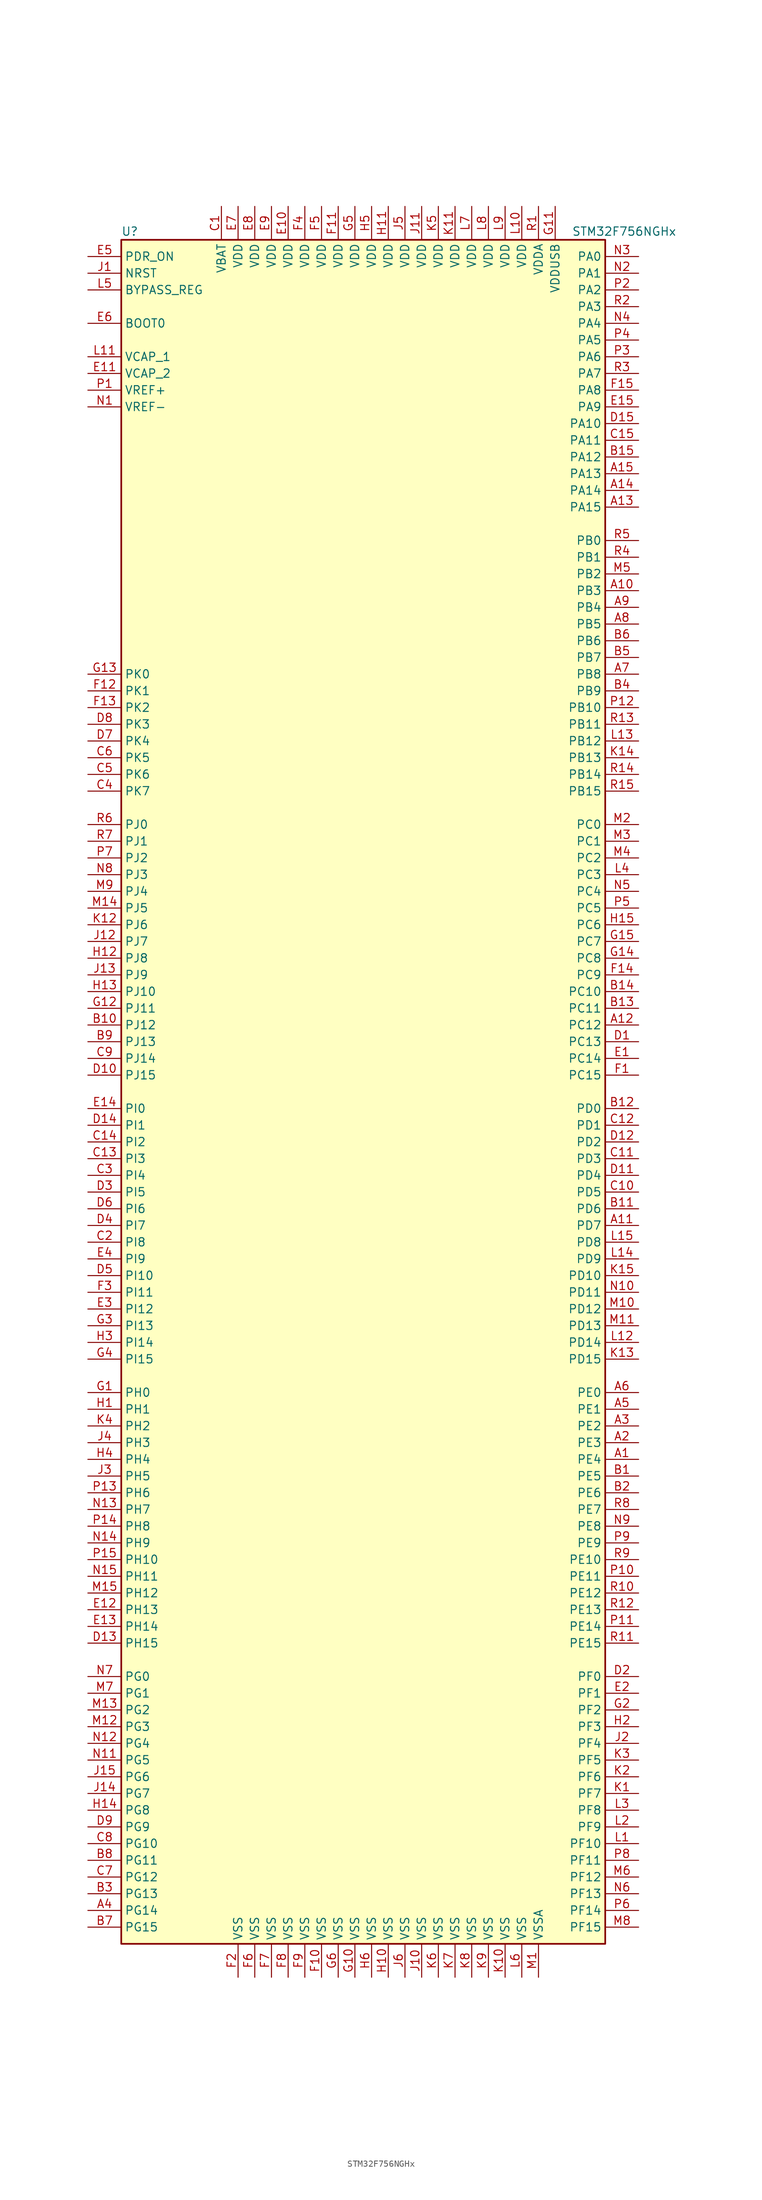
<source format=kicad_sym>
(kicad_symbol_lib
  (version 20211014)
  (generator kicad_symbol_editor)
  (symbol "STM32F756NGHx"
    (property "Reference" "U"
      (at -38.1 130.81 0)
      (effects (font (size 1.27 1.27)) (justify left)))
    (property "Value" "STM32F756NGHx"
      (at 30.48 130.81 0)
      (effects (font (size 1.27 1.27)) (justify left)))
    (symbol "STM32F756NGHx_0_1"
      (rectangle (start -38.1 -129.54) (end 35.56 129.54) (stroke (width 0.254) (type default) (color 0 0 0 0)) (fill (type background))))
    (symbol "STM32F756NGHx_1_1"
      (pin bidirectional line (at 40.64 -55.88 180) (length 5.08) (name "PE4" (effects (font (size 1.27 1.27)))) (number "A1" (effects (font (size 1.27 1.27)))))
      (pin bidirectional line (at 40.64 76.2 180) (length 5.08) (name "PB3" (effects (font (size 1.27 1.27)))) (number "A10" (effects (font (size 1.27 1.27)))))
      (pin bidirectional line (at 40.64 -20.32 180) (length 5.08) (name "PD7" (effects (font (size 1.27 1.27)))) (number "A11" (effects (font (size 1.27 1.27)))))
      (pin bidirectional line (at 40.64 10.16 180) (length 5.08) (name "PC12" (effects (font (size 1.27 1.27)))) (number "A12" (effects (font (size 1.27 1.27)))))
      (pin bidirectional line (at 40.64 88.9 180) (length 5.08) (name "PA15" (effects (font (size 1.27 1.27)))) (number "A13" (effects (font (size 1.27 1.27)))))
      (pin bidirectional line (at 40.64 91.44 180) (length 5.08) (name "PA14" (effects (font (size 1.27 1.27)))) (number "A14" (effects (font (size 1.27 1.27)))))
      (pin bidirectional line (at 40.64 93.98 180) (length 5.08) (name "PA13" (effects (font (size 1.27 1.27)))) (number "A15" (effects (font (size 1.27 1.27)))))
      (pin bidirectional line (at 40.64 -53.34 180) (length 5.08) (name "PE3" (effects (font (size 1.27 1.27)))) (number "A2" (effects (font (size 1.27 1.27)))))
      (pin bidirectional line (at 40.64 -50.8 180) (length 5.08) (name "PE2" (effects (font (size 1.27 1.27)))) (number "A3" (effects (font (size 1.27 1.27)))))
      (pin bidirectional line (at -43.18 -124.46 0) (length 5.08) (name "PG14" (effects (font (size 1.27 1.27)))) (number "A4" (effects (font (size 1.27 1.27)))))
      (pin bidirectional line (at 40.64 -48.26 180) (length 5.08) (name "PE1" (effects (font (size 1.27 1.27)))) (number "A5" (effects (font (size 1.27 1.27)))))
      (pin bidirectional line (at 40.64 -45.72 180) (length 5.08) (name "PE0" (effects (font (size 1.27 1.27)))) (number "A6" (effects (font (size 1.27 1.27)))))
      (pin bidirectional line (at 40.64 63.5 180) (length 5.08) (name "PB8" (effects (font (size 1.27 1.27)))) (number "A7" (effects (font (size 1.27 1.27)))))
      (pin bidirectional line (at 40.64 71.12 180) (length 5.08) (name "PB5" (effects (font (size 1.27 1.27)))) (number "A8" (effects (font (size 1.27 1.27)))))
      (pin bidirectional line (at 40.64 73.66 180) (length 5.08) (name "PB4" (effects (font (size 1.27 1.27)))) (number "A9" (effects (font (size 1.27 1.27)))))
      (pin bidirectional line (at 40.64 -58.42 180) (length 5.08) (name "PE5" (effects (font (size 1.27 1.27)))) (number "B1" (effects (font (size 1.27 1.27)))))
      (pin bidirectional line (at -43.18 10.16 0) (length 5.08) (name "PJ12" (effects (font (size 1.27 1.27)))) (number "B10" (effects (font (size 1.27 1.27)))))
      (pin bidirectional line (at 40.64 -17.78 180) (length 5.08) (name "PD6" (effects (font (size 1.27 1.27)))) (number "B11" (effects (font (size 1.27 1.27)))))
      (pin bidirectional line (at 40.64 -2.54 180) (length 5.08) (name "PD0" (effects (font (size 1.27 1.27)))) (number "B12" (effects (font (size 1.27 1.27)))))
      (pin bidirectional line (at 40.64 12.7 180) (length 5.08) (name "PC11" (effects (font (size 1.27 1.27)))) (number "B13" (effects (font (size 1.27 1.27)))))
      (pin bidirectional line (at 40.64 15.24 180) (length 5.08) (name "PC10" (effects (font (size 1.27 1.27)))) (number "B14" (effects (font (size 1.27 1.27)))))
      (pin bidirectional line (at 40.64 96.52 180) (length 5.08) (name "PA12" (effects (font (size 1.27 1.27)))) (number "B15" (effects (font (size 1.27 1.27)))))
      (pin bidirectional line (at 40.64 -60.96 180) (length 5.08) (name "PE6" (effects (font (size 1.27 1.27)))) (number "B2" (effects (font (size 1.27 1.27)))))
      (pin bidirectional line (at -43.18 -121.92 0) (length 5.08) (name "PG13" (effects (font (size 1.27 1.27)))) (number "B3" (effects (font (size 1.27 1.27)))))
      (pin bidirectional line (at 40.64 60.96 180) (length 5.08) (name "PB9" (effects (font (size 1.27 1.27)))) (number "B4" (effects (font (size 1.27 1.27)))))
      (pin bidirectional line (at 40.64 66.04 180) (length 5.08) (name "PB7" (effects (font (size 1.27 1.27)))) (number "B5" (effects (font (size 1.27 1.27)))))
      (pin bidirectional line (at 40.64 68.58 180) (length 5.08) (name "PB6" (effects (font (size 1.27 1.27)))) (number "B6" (effects (font (size 1.27 1.27)))))
      (pin bidirectional line (at -43.18 -127 0) (length 5.08) (name "PG15" (effects (font (size 1.27 1.27)))) (number "B7" (effects (font (size 1.27 1.27)))))
      (pin bidirectional line (at -43.18 -116.84 0) (length 5.08) (name "PG11" (effects (font (size 1.27 1.27)))) (number "B8" (effects (font (size 1.27 1.27)))))
      (pin bidirectional line (at -43.18 7.62 0) (length 5.08) (name "PJ13" (effects (font (size 1.27 1.27)))) (number "B9" (effects (font (size 1.27 1.27)))))
      (pin power_in line (at -22.86 134.62 270) (length 5.08) (name "VBAT" (effects (font (size 1.27 1.27)))) (number "C1" (effects (font (size 1.27 1.27)))))
      (pin bidirectional line (at 40.64 -15.24 180) (length 5.08) (name "PD5" (effects (font (size 1.27 1.27)))) (number "C10" (effects (font (size 1.27 1.27)))))
      (pin bidirectional line (at 40.64 -10.16 180) (length 5.08) (name "PD3" (effects (font (size 1.27 1.27)))) (number "C11" (effects (font (size 1.27 1.27)))))
      (pin bidirectional line (at 40.64 -5.08 180) (length 5.08) (name "PD1" (effects (font (size 1.27 1.27)))) (number "C12" (effects (font (size 1.27 1.27)))))
      (pin bidirectional line (at -43.18 -10.16 0) (length 5.08) (name "PI3" (effects (font (size 1.27 1.27)))) (number "C13" (effects (font (size 1.27 1.27)))))
      (pin bidirectional line (at -43.18 -7.62 0) (length 5.08) (name "PI2" (effects (font (size 1.27 1.27)))) (number "C14" (effects (font (size 1.27 1.27)))))
      (pin bidirectional line (at 40.64 99.06 180) (length 5.08) (name "PA11" (effects (font (size 1.27 1.27)))) (number "C15" (effects (font (size 1.27 1.27)))))
      (pin bidirectional line (at -43.18 -22.86 0) (length 5.08) (name "PI8" (effects (font (size 1.27 1.27)))) (number "C2" (effects (font (size 1.27 1.27)))))
      (pin bidirectional line (at -43.18 -12.7 0) (length 5.08) (name "PI4" (effects (font (size 1.27 1.27)))) (number "C3" (effects (font (size 1.27 1.27)))))
      (pin bidirectional line (at -43.18 45.72 0) (length 5.08) (name "PK7" (effects (font (size 1.27 1.27)))) (number "C4" (effects (font (size 1.27 1.27)))))
      (pin bidirectional line (at -43.18 48.26 0) (length 5.08) (name "PK6" (effects (font (size 1.27 1.27)))) (number "C5" (effects (font (size 1.27 1.27)))))
      (pin bidirectional line (at -43.18 50.8 0) (length 5.08) (name "PK5" (effects (font (size 1.27 1.27)))) (number "C6" (effects (font (size 1.27 1.27)))))
      (pin bidirectional line (at -43.18 -119.38 0) (length 5.08) (name "PG12" (effects (font (size 1.27 1.27)))) (number "C7" (effects (font (size 1.27 1.27)))))
      (pin bidirectional line (at -43.18 -114.3 0) (length 5.08) (name "PG10" (effects (font (size 1.27 1.27)))) (number "C8" (effects (font (size 1.27 1.27)))))
      (pin bidirectional line (at -43.18 5.08 0) (length 5.08) (name "PJ14" (effects (font (size 1.27 1.27)))) (number "C9" (effects (font (size 1.27 1.27)))))
      (pin bidirectional line (at 40.64 7.62 180) (length 5.08) (name "PC13" (effects (font (size 1.27 1.27)))) (number "D1" (effects (font (size 1.27 1.27)))))
      (pin bidirectional line (at -43.18 2.54 0) (length 5.08) (name "PJ15" (effects (font (size 1.27 1.27)))) (number "D10" (effects (font (size 1.27 1.27)))))
      (pin bidirectional line (at 40.64 -12.7 180) (length 5.08) (name "PD4" (effects (font (size 1.27 1.27)))) (number "D11" (effects (font (size 1.27 1.27)))))
      (pin bidirectional line (at 40.64 -7.62 180) (length 5.08) (name "PD2" (effects (font (size 1.27 1.27)))) (number "D12" (effects (font (size 1.27 1.27)))))
      (pin bidirectional line (at -43.18 -83.82 0) (length 5.08) (name "PH15" (effects (font (size 1.27 1.27)))) (number "D13" (effects (font (size 1.27 1.27)))))
      (pin bidirectional line (at -43.18 -5.08 0) (length 5.08) (name "PI1" (effects (font (size 1.27 1.27)))) (number "D14" (effects (font (size 1.27 1.27)))))
      (pin bidirectional line (at 40.64 101.6 180) (length 5.08) (name "PA10" (effects (font (size 1.27 1.27)))) (number "D15" (effects (font (size 1.27 1.27)))))
      (pin bidirectional line (at 40.64 -88.9 180) (length 5.08) (name "PF0" (effects (font (size 1.27 1.27)))) (number "D2" (effects (font (size 1.27 1.27)))))
      (pin bidirectional line (at -43.18 -15.24 0) (length 5.08) (name "PI5" (effects (font (size 1.27 1.27)))) (number "D3" (effects (font (size 1.27 1.27)))))
      (pin bidirectional line (at -43.18 -20.32 0) (length 5.08) (name "PI7" (effects (font (size 1.27 1.27)))) (number "D4" (effects (font (size 1.27 1.27)))))
      (pin bidirectional line (at -43.18 -27.94 0) (length 5.08) (name "PI10" (effects (font (size 1.27 1.27)))) (number "D5" (effects (font (size 1.27 1.27)))))
      (pin bidirectional line (at -43.18 -17.78 0) (length 5.08) (name "PI6" (effects (font (size 1.27 1.27)))) (number "D6" (effects (font (size 1.27 1.27)))))
      (pin bidirectional line (at -43.18 53.34 0) (length 5.08) (name "PK4" (effects (font (size 1.27 1.27)))) (number "D7" (effects (font (size 1.27 1.27)))))
      (pin bidirectional line (at -43.18 55.88 0) (length 5.08) (name "PK3" (effects (font (size 1.27 1.27)))) (number "D8" (effects (font (size 1.27 1.27)))))
      (pin bidirectional line (at -43.18 -111.76 0) (length 5.08) (name "PG9" (effects (font (size 1.27 1.27)))) (number "D9" (effects (font (size 1.27 1.27)))))
      (pin bidirectional line (at 40.64 5.08 180) (length 5.08) (name "PC14" (effects (font (size 1.27 1.27)))) (number "E1" (effects (font (size 1.27 1.27)))))
      (pin power_in line (at -12.7 134.62 270) (length 5.08) (name "VDD" (effects (font (size 1.27 1.27)))) (number "E10" (effects (font (size 1.27 1.27)))))
      (pin power_in line (at -43.18 109.22 0) (length 5.08) (name "VCAP_2" (effects (font (size 1.27 1.27)))) (number "E11" (effects (font (size 1.27 1.27)))))
      (pin bidirectional line (at -43.18 -78.74 0) (length 5.08) (name "PH13" (effects (font (size 1.27 1.27)))) (number "E12" (effects (font (size 1.27 1.27)))))
      (pin bidirectional line (at -43.18 -81.28 0) (length 5.08) (name "PH14" (effects (font (size 1.27 1.27)))) (number "E13" (effects (font (size 1.27 1.27)))))
      (pin bidirectional line (at -43.18 -2.54 0) (length 5.08) (name "PI0" (effects (font (size 1.27 1.27)))) (number "E14" (effects (font (size 1.27 1.27)))))
      (pin bidirectional line (at 40.64 104.14 180) (length 5.08) (name "PA9" (effects (font (size 1.27 1.27)))) (number "E15" (effects (font (size 1.27 1.27)))))
      (pin bidirectional line (at 40.64 -91.44 180) (length 5.08) (name "PF1" (effects (font (size 1.27 1.27)))) (number "E2" (effects (font (size 1.27 1.27)))))
      (pin bidirectional line (at -43.18 -33.02 0) (length 5.08) (name "PI12" (effects (font (size 1.27 1.27)))) (number "E3" (effects (font (size 1.27 1.27)))))
      (pin bidirectional line (at -43.18 -25.4 0) (length 5.08) (name "PI9" (effects (font (size 1.27 1.27)))) (number "E4" (effects (font (size 1.27 1.27)))))
      (pin input line (at -43.18 127 0) (length 5.08) (name "PDR_ON" (effects (font (size 1.27 1.27)))) (number "E5" (effects (font (size 1.27 1.27)))))
      (pin input line (at -43.18 116.84 0) (length 5.08) (name "BOOT0" (effects (font (size 1.27 1.27)))) (number "E6" (effects (font (size 1.27 1.27)))))
      (pin power_in line (at -20.32 134.62 270) (length 5.08) (name "VDD" (effects (font (size 1.27 1.27)))) (number "E7" (effects (font (size 1.27 1.27)))))
      (pin power_in line (at -17.78 134.62 270) (length 5.08) (name "VDD" (effects (font (size 1.27 1.27)))) (number "E8" (effects (font (size 1.27 1.27)))))
      (pin power_in line (at -15.24 134.62 270) (length 5.08) (name "VDD" (effects (font (size 1.27 1.27)))) (number "E9" (effects (font (size 1.27 1.27)))))
      (pin bidirectional line (at 40.64 2.54 180) (length 5.08) (name "PC15" (effects (font (size 1.27 1.27)))) (number "F1" (effects (font (size 1.27 1.27)))))
      (pin power_in line (at -7.62 -134.62 90) (length 5.08) (name "VSS" (effects (font (size 1.27 1.27)))) (number "F10" (effects (font (size 1.27 1.27)))))
      (pin power_in line (at -5.08 134.62 270) (length 5.08) (name "VDD" (effects (font (size 1.27 1.27)))) (number "F11" (effects (font (size 1.27 1.27)))))
      (pin bidirectional line (at -43.18 60.96 0) (length 5.08) (name "PK1" (effects (font (size 1.27 1.27)))) (number "F12" (effects (font (size 1.27 1.27)))))
      (pin bidirectional line (at -43.18 58.42 0) (length 5.08) (name "PK2" (effects (font (size 1.27 1.27)))) (number "F13" (effects (font (size 1.27 1.27)))))
      (pin bidirectional line (at 40.64 17.78 180) (length 5.08) (name "PC9" (effects (font (size 1.27 1.27)))) (number "F14" (effects (font (size 1.27 1.27)))))
      (pin bidirectional line (at 40.64 106.68 180) (length 5.08) (name "PA8" (effects (font (size 1.27 1.27)))) (number "F15" (effects (font (size 1.27 1.27)))))
      (pin power_in line (at -20.32 -134.62 90) (length 5.08) (name "VSS" (effects (font (size 1.27 1.27)))) (number "F2" (effects (font (size 1.27 1.27)))))
      (pin bidirectional line (at -43.18 -30.48 0) (length 5.08) (name "PI11" (effects (font (size 1.27 1.27)))) (number "F3" (effects (font (size 1.27 1.27)))))
      (pin power_in line (at -10.16 134.62 270) (length 5.08) (name "VDD" (effects (font (size 1.27 1.27)))) (number "F4" (effects (font (size 1.27 1.27)))))
      (pin power_in line (at -7.62 134.62 270) (length 5.08) (name "VDD" (effects (font (size 1.27 1.27)))) (number "F5" (effects (font (size 1.27 1.27)))))
      (pin power_in line (at -17.78 -134.62 90) (length 5.08) (name "VSS" (effects (font (size 1.27 1.27)))) (number "F6" (effects (font (size 1.27 1.27)))))
      (pin power_in line (at -15.24 -134.62 90) (length 5.08) (name "VSS" (effects (font (size 1.27 1.27)))) (number "F7" (effects (font (size 1.27 1.27)))))
      (pin power_in line (at -12.7 -134.62 90) (length 5.08) (name "VSS" (effects (font (size 1.27 1.27)))) (number "F8" (effects (font (size 1.27 1.27)))))
      (pin power_in line (at -10.16 -134.62 90) (length 5.08) (name "VSS" (effects (font (size 1.27 1.27)))) (number "F9" (effects (font (size 1.27 1.27)))))
      (pin input line (at -43.18 -45.72 0) (length 5.08) (name "PH0" (effects (font (size 1.27 1.27)))) (number "G1" (effects (font (size 1.27 1.27)))))
      (pin power_in line (at -2.54 -134.62 90) (length 5.08) (name "VSS" (effects (font (size 1.27 1.27)))) (number "G10" (effects (font (size 1.27 1.27)))))
      (pin power_in line (at 27.94 134.62 270) (length 5.08) (name "VDDUSB" (effects (font (size 1.27 1.27)))) (number "G11" (effects (font (size 1.27 1.27)))))
      (pin bidirectional line (at -43.18 12.7 0) (length 5.08) (name "PJ11" (effects (font (size 1.27 1.27)))) (number "G12" (effects (font (size 1.27 1.27)))))
      (pin bidirectional line (at -43.18 63.5 0) (length 5.08) (name "PK0" (effects (font (size 1.27 1.27)))) (number "G13" (effects (font (size 1.27 1.27)))))
      (pin bidirectional line (at 40.64 20.32 180) (length 5.08) (name "PC8" (effects (font (size 1.27 1.27)))) (number "G14" (effects (font (size 1.27 1.27)))))
      (pin bidirectional line (at 40.64 22.86 180) (length 5.08) (name "PC7" (effects (font (size 1.27 1.27)))) (number "G15" (effects (font (size 1.27 1.27)))))
      (pin bidirectional line (at 40.64 -93.98 180) (length 5.08) (name "PF2" (effects (font (size 1.27 1.27)))) (number "G2" (effects (font (size 1.27 1.27)))))
      (pin bidirectional line (at -43.18 -35.56 0) (length 5.08) (name "PI13" (effects (font (size 1.27 1.27)))) (number "G3" (effects (font (size 1.27 1.27)))))
      (pin bidirectional line (at -43.18 -40.64 0) (length 5.08) (name "PI15" (effects (font (size 1.27 1.27)))) (number "G4" (effects (font (size 1.27 1.27)))))
      (pin power_in line (at -2.54 134.62 270) (length 5.08) (name "VDD" (effects (font (size 1.27 1.27)))) (number "G5" (effects (font (size 1.27 1.27)))))
      (pin power_in line (at -5.08 -134.62 90) (length 5.08) (name "VSS" (effects (font (size 1.27 1.27)))) (number "G6" (effects (font (size 1.27 1.27)))))
      (pin input line (at -43.18 -48.26 0) (length 5.08) (name "PH1" (effects (font (size 1.27 1.27)))) (number "H1" (effects (font (size 1.27 1.27)))))
      (pin power_in line (at 2.54 -134.62 90) (length 5.08) (name "VSS" (effects (font (size 1.27 1.27)))) (number "H10" (effects (font (size 1.27 1.27)))))
      (pin power_in line (at 2.54 134.62 270) (length 5.08) (name "VDD" (effects (font (size 1.27 1.27)))) (number "H11" (effects (font (size 1.27 1.27)))))
      (pin bidirectional line (at -43.18 20.32 0) (length 5.08) (name "PJ8" (effects (font (size 1.27 1.27)))) (number "H12" (effects (font (size 1.27 1.27)))))
      (pin bidirectional line (at -43.18 15.24 0) (length 5.08) (name "PJ10" (effects (font (size 1.27 1.27)))) (number "H13" (effects (font (size 1.27 1.27)))))
      (pin bidirectional line (at -43.18 -109.22 0) (length 5.08) (name "PG8" (effects (font (size 1.27 1.27)))) (number "H14" (effects (font (size 1.27 1.27)))))
      (pin bidirectional line (at 40.64 25.4 180) (length 5.08) (name "PC6" (effects (font (size 1.27 1.27)))) (number "H15" (effects (font (size 1.27 1.27)))))
      (pin bidirectional line (at 40.64 -96.52 180) (length 5.08) (name "PF3" (effects (font (size 1.27 1.27)))) (number "H2" (effects (font (size 1.27 1.27)))))
      (pin bidirectional line (at -43.18 -38.1 0) (length 5.08) (name "PI14" (effects (font (size 1.27 1.27)))) (number "H3" (effects (font (size 1.27 1.27)))))
      (pin bidirectional line (at -43.18 -55.88 0) (length 5.08) (name "PH4" (effects (font (size 1.27 1.27)))) (number "H4" (effects (font (size 1.27 1.27)))))
      (pin power_in line (at 0 134.62 270) (length 5.08) (name "VDD" (effects (font (size 1.27 1.27)))) (number "H5" (effects (font (size 1.27 1.27)))))
      (pin power_in line (at 0 -134.62 90) (length 5.08) (name "VSS" (effects (font (size 1.27 1.27)))) (number "H6" (effects (font (size 1.27 1.27)))))
      (pin input line (at -43.18 124.46 0) (length 5.08) (name "NRST" (effects (font (size 1.27 1.27)))) (number "J1" (effects (font (size 1.27 1.27)))))
      (pin power_in line (at 7.62 -134.62 90) (length 5.08) (name "VSS" (effects (font (size 1.27 1.27)))) (number "J10" (effects (font (size 1.27 1.27)))))
      (pin power_in line (at 7.62 134.62 270) (length 5.08) (name "VDD" (effects (font (size 1.27 1.27)))) (number "J11" (effects (font (size 1.27 1.27)))))
      (pin bidirectional line (at -43.18 22.86 0) (length 5.08) (name "PJ7" (effects (font (size 1.27 1.27)))) (number "J12" (effects (font (size 1.27 1.27)))))
      (pin bidirectional line (at -43.18 17.78 0) (length 5.08) (name "PJ9" (effects (font (size 1.27 1.27)))) (number "J13" (effects (font (size 1.27 1.27)))))
      (pin bidirectional line (at -43.18 -106.68 0) (length 5.08) (name "PG7" (effects (font (size 1.27 1.27)))) (number "J14" (effects (font (size 1.27 1.27)))))
      (pin bidirectional line (at -43.18 -104.14 0) (length 5.08) (name "PG6" (effects (font (size 1.27 1.27)))) (number "J15" (effects (font (size 1.27 1.27)))))
      (pin bidirectional line (at 40.64 -99.06 180) (length 5.08) (name "PF4" (effects (font (size 1.27 1.27)))) (number "J2" (effects (font (size 1.27 1.27)))))
      (pin bidirectional line (at -43.18 -58.42 0) (length 5.08) (name "PH5" (effects (font (size 1.27 1.27)))) (number "J3" (effects (font (size 1.27 1.27)))))
      (pin bidirectional line (at -43.18 -53.34 0) (length 5.08) (name "PH3" (effects (font (size 1.27 1.27)))) (number "J4" (effects (font (size 1.27 1.27)))))
      (pin power_in line (at 5.08 134.62 270) (length 5.08) (name "VDD" (effects (font (size 1.27 1.27)))) (number "J5" (effects (font (size 1.27 1.27)))))
      (pin power_in line (at 5.08 -134.62 90) (length 5.08) (name "VSS" (effects (font (size 1.27 1.27)))) (number "J6" (effects (font (size 1.27 1.27)))))
      (pin bidirectional line (at 40.64 -106.68 180) (length 5.08) (name "PF7" (effects (font (size 1.27 1.27)))) (number "K1" (effects (font (size 1.27 1.27)))))
      (pin power_in line (at 20.32 -134.62 90) (length 5.08) (name "VSS" (effects (font (size 1.27 1.27)))) (number "K10" (effects (font (size 1.27 1.27)))))
      (pin power_in line (at 12.7 134.62 270) (length 5.08) (name "VDD" (effects (font (size 1.27 1.27)))) (number "K11" (effects (font (size 1.27 1.27)))))
      (pin bidirectional line (at -43.18 25.4 0) (length 5.08) (name "PJ6" (effects (font (size 1.27 1.27)))) (number "K12" (effects (font (size 1.27 1.27)))))
      (pin bidirectional line (at 40.64 -40.64 180) (length 5.08) (name "PD15" (effects (font (size 1.27 1.27)))) (number "K13" (effects (font (size 1.27 1.27)))))
      (pin bidirectional line (at 40.64 50.8 180) (length 5.08) (name "PB13" (effects (font (size 1.27 1.27)))) (number "K14" (effects (font (size 1.27 1.27)))))
      (pin bidirectional line (at 40.64 -27.94 180) (length 5.08) (name "PD10" (effects (font (size 1.27 1.27)))) (number "K15" (effects (font (size 1.27 1.27)))))
      (pin bidirectional line (at 40.64 -104.14 180) (length 5.08) (name "PF6" (effects (font (size 1.27 1.27)))) (number "K2" (effects (font (size 1.27 1.27)))))
      (pin bidirectional line (at 40.64 -101.6 180) (length 5.08) (name "PF5" (effects (font (size 1.27 1.27)))) (number "K3" (effects (font (size 1.27 1.27)))))
      (pin bidirectional line (at -43.18 -50.8 0) (length 5.08) (name "PH2" (effects (font (size 1.27 1.27)))) (number "K4" (effects (font (size 1.27 1.27)))))
      (pin power_in line (at 10.16 134.62 270) (length 5.08) (name "VDD" (effects (font (size 1.27 1.27)))) (number "K5" (effects (font (size 1.27 1.27)))))
      (pin power_in line (at 10.16 -134.62 90) (length 5.08) (name "VSS" (effects (font (size 1.27 1.27)))) (number "K6" (effects (font (size 1.27 1.27)))))
      (pin power_in line (at 12.7 -134.62 90) (length 5.08) (name "VSS" (effects (font (size 1.27 1.27)))) (number "K7" (effects (font (size 1.27 1.27)))))
      (pin power_in line (at 15.24 -134.62 90) (length 5.08) (name "VSS" (effects (font (size 1.27 1.27)))) (number "K8" (effects (font (size 1.27 1.27)))))
      (pin power_in line (at 17.78 -134.62 90) (length 5.08) (name "VSS" (effects (font (size 1.27 1.27)))) (number "K9" (effects (font (size 1.27 1.27)))))
      (pin bidirectional line (at 40.64 -114.3 180) (length 5.08) (name "PF10" (effects (font (size 1.27 1.27)))) (number "L1" (effects (font (size 1.27 1.27)))))
      (pin power_in line (at 22.86 134.62 270) (length 5.08) (name "VDD" (effects (font (size 1.27 1.27)))) (number "L10" (effects (font (size 1.27 1.27)))))
      (pin power_in line (at -43.18 111.76 0) (length 5.08) (name "VCAP_1" (effects (font (size 1.27 1.27)))) (number "L11" (effects (font (size 1.27 1.27)))))
      (pin bidirectional line (at 40.64 -38.1 180) (length 5.08) (name "PD14" (effects (font (size 1.27 1.27)))) (number "L12" (effects (font (size 1.27 1.27)))))
      (pin bidirectional line (at 40.64 53.34 180) (length 5.08) (name "PB12" (effects (font (size 1.27 1.27)))) (number "L13" (effects (font (size 1.27 1.27)))))
      (pin bidirectional line (at 40.64 -25.4 180) (length 5.08) (name "PD9" (effects (font (size 1.27 1.27)))) (number "L14" (effects (font (size 1.27 1.27)))))
      (pin bidirectional line (at 40.64 -22.86 180) (length 5.08) (name "PD8" (effects (font (size 1.27 1.27)))) (number "L15" (effects (font (size 1.27 1.27)))))
      (pin bidirectional line (at 40.64 -111.76 180) (length 5.08) (name "PF9" (effects (font (size 1.27 1.27)))) (number "L2" (effects (font (size 1.27 1.27)))))
      (pin bidirectional line (at 40.64 -109.22 180) (length 5.08) (name "PF8" (effects (font (size 1.27 1.27)))) (number "L3" (effects (font (size 1.27 1.27)))))
      (pin bidirectional line (at 40.64 33.02 180) (length 5.08) (name "PC3" (effects (font (size 1.27 1.27)))) (number "L4" (effects (font (size 1.27 1.27)))))
      (pin input line (at -43.18 121.92 0) (length 5.08) (name "BYPASS_REG" (effects (font (size 1.27 1.27)))) (number "L5" (effects (font (size 1.27 1.27)))))
      (pin power_in line (at 22.86 -134.62 90) (length 5.08) (name "VSS" (effects (font (size 1.27 1.27)))) (number "L6" (effects (font (size 1.27 1.27)))))
      (pin power_in line (at 15.24 134.62 270) (length 5.08) (name "VDD" (effects (font (size 1.27 1.27)))) (number "L7" (effects (font (size 1.27 1.27)))))
      (pin power_in line (at 17.78 134.62 270) (length 5.08) (name "VDD" (effects (font (size 1.27 1.27)))) (number "L8" (effects (font (size 1.27 1.27)))))
      (pin power_in line (at 20.32 134.62 270) (length 5.08) (name "VDD" (effects (font (size 1.27 1.27)))) (number "L9" (effects (font (size 1.27 1.27)))))
      (pin power_in line (at 25.4 -134.62 90) (length 5.08) (name "VSSA" (effects (font (size 1.27 1.27)))) (number "M1" (effects (font (size 1.27 1.27)))))
      (pin bidirectional line (at 40.64 -33.02 180) (length 5.08) (name "PD12" (effects (font (size 1.27 1.27)))) (number "M10" (effects (font (size 1.27 1.27)))))
      (pin bidirectional line (at 40.64 -35.56 180) (length 5.08) (name "PD13" (effects (font (size 1.27 1.27)))) (number "M11" (effects (font (size 1.27 1.27)))))
      (pin bidirectional line (at -43.18 -96.52 0) (length 5.08) (name "PG3" (effects (font (size 1.27 1.27)))) (number "M12" (effects (font (size 1.27 1.27)))))
      (pin bidirectional line (at -43.18 -93.98 0) (length 5.08) (name "PG2" (effects (font (size 1.27 1.27)))) (number "M13" (effects (font (size 1.27 1.27)))))
      (pin bidirectional line (at -43.18 27.94 0) (length 5.08) (name "PJ5" (effects (font (size 1.27 1.27)))) (number "M14" (effects (font (size 1.27 1.27)))))
      (pin bidirectional line (at -43.18 -76.2 0) (length 5.08) (name "PH12" (effects (font (size 1.27 1.27)))) (number "M15" (effects (font (size 1.27 1.27)))))
      (pin bidirectional line (at 40.64 40.64 180) (length 5.08) (name "PC0" (effects (font (size 1.27 1.27)))) (number "M2" (effects (font (size 1.27 1.27)))))
      (pin bidirectional line (at 40.64 38.1 180) (length 5.08) (name "PC1" (effects (font (size 1.27 1.27)))) (number "M3" (effects (font (size 1.27 1.27)))))
      (pin bidirectional line (at 40.64 35.56 180) (length 5.08) (name "PC2" (effects (font (size 1.27 1.27)))) (number "M4" (effects (font (size 1.27 1.27)))))
      (pin bidirectional line (at 40.64 78.74 180) (length 5.08) (name "PB2" (effects (font (size 1.27 1.27)))) (number "M5" (effects (font (size 1.27 1.27)))))
      (pin bidirectional line (at 40.64 -119.38 180) (length 5.08) (name "PF12" (effects (font (size 1.27 1.27)))) (number "M6" (effects (font (size 1.27 1.27)))))
      (pin bidirectional line (at -43.18 -91.44 0) (length 5.08) (name "PG1" (effects (font (size 1.27 1.27)))) (number "M7" (effects (font (size 1.27 1.27)))))
      (pin bidirectional line (at 40.64 -127 180) (length 5.08) (name "PF15" (effects (font (size 1.27 1.27)))) (number "M8" (effects (font (size 1.27 1.27)))))
      (pin bidirectional line (at -43.18 30.48 0) (length 5.08) (name "PJ4" (effects (font (size 1.27 1.27)))) (number "M9" (effects (font (size 1.27 1.27)))))
      (pin power_in line (at -43.18 104.14 0) (length 5.08) (name "VREF-" (effects (font (size 1.27 1.27)))) (number "N1" (effects (font (size 1.27 1.27)))))
      (pin bidirectional line (at 40.64 -30.48 180) (length 5.08) (name "PD11" (effects (font (size 1.27 1.27)))) (number "N10" (effects (font (size 1.27 1.27)))))
      (pin bidirectional line (at -43.18 -101.6 0) (length 5.08) (name "PG5" (effects (font (size 1.27 1.27)))) (number "N11" (effects (font (size 1.27 1.27)))))
      (pin bidirectional line (at -43.18 -99.06 0) (length 5.08) (name "PG4" (effects (font (size 1.27 1.27)))) (number "N12" (effects (font (size 1.27 1.27)))))
      (pin bidirectional line (at -43.18 -63.5 0) (length 5.08) (name "PH7" (effects (font (size 1.27 1.27)))) (number "N13" (effects (font (size 1.27 1.27)))))
      (pin bidirectional line (at -43.18 -68.58 0) (length 5.08) (name "PH9" (effects (font (size 1.27 1.27)))) (number "N14" (effects (font (size 1.27 1.27)))))
      (pin bidirectional line (at -43.18 -73.66 0) (length 5.08) (name "PH11" (effects (font (size 1.27 1.27)))) (number "N15" (effects (font (size 1.27 1.27)))))
      (pin bidirectional line (at 40.64 124.46 180) (length 5.08) (name "PA1" (effects (font (size 1.27 1.27)))) (number "N2" (effects (font (size 1.27 1.27)))))
      (pin bidirectional line (at 40.64 127 180) (length 5.08) (name "PA0" (effects (font (size 1.27 1.27)))) (number "N3" (effects (font (size 1.27 1.27)))))
      (pin bidirectional line (at 40.64 116.84 180) (length 5.08) (name "PA4" (effects (font (size 1.27 1.27)))) (number "N4" (effects (font (size 1.27 1.27)))))
      (pin bidirectional line (at 40.64 30.48 180) (length 5.08) (name "PC4" (effects (font (size 1.27 1.27)))) (number "N5" (effects (font (size 1.27 1.27)))))
      (pin bidirectional line (at 40.64 -121.92 180) (length 5.08) (name "PF13" (effects (font (size 1.27 1.27)))) (number "N6" (effects (font (size 1.27 1.27)))))
      (pin bidirectional line (at -43.18 -88.9 0) (length 5.08) (name "PG0" (effects (font (size 1.27 1.27)))) (number "N7" (effects (font (size 1.27 1.27)))))
      (pin bidirectional line (at -43.18 33.02 0) (length 5.08) (name "PJ3" (effects (font (size 1.27 1.27)))) (number "N8" (effects (font (size 1.27 1.27)))))
      (pin bidirectional line (at 40.64 -66.04 180) (length 5.08) (name "PE8" (effects (font (size 1.27 1.27)))) (number "N9" (effects (font (size 1.27 1.27)))))
      (pin power_in line (at -43.18 106.68 0) (length 5.08) (name "VREF+" (effects (font (size 1.27 1.27)))) (number "P1" (effects (font (size 1.27 1.27)))))
      (pin bidirectional line (at 40.64 -73.66 180) (length 5.08) (name "PE11" (effects (font (size 1.27 1.27)))) (number "P10" (effects (font (size 1.27 1.27)))))
      (pin bidirectional line (at 40.64 -81.28 180) (length 5.08) (name "PE14" (effects (font (size 1.27 1.27)))) (number "P11" (effects (font (size 1.27 1.27)))))
      (pin bidirectional line (at 40.64 58.42 180) (length 5.08) (name "PB10" (effects (font (size 1.27 1.27)))) (number "P12" (effects (font (size 1.27 1.27)))))
      (pin bidirectional line (at -43.18 -60.96 0) (length 5.08) (name "PH6" (effects (font (size 1.27 1.27)))) (number "P13" (effects (font (size 1.27 1.27)))))
      (pin bidirectional line (at -43.18 -66.04 0) (length 5.08) (name "PH8" (effects (font (size 1.27 1.27)))) (number "P14" (effects (font (size 1.27 1.27)))))
      (pin bidirectional line (at -43.18 -71.12 0) (length 5.08) (name "PH10" (effects (font (size 1.27 1.27)))) (number "P15" (effects (font (size 1.27 1.27)))))
      (pin bidirectional line (at 40.64 121.92 180) (length 5.08) (name "PA2" (effects (font (size 1.27 1.27)))) (number "P2" (effects (font (size 1.27 1.27)))))
      (pin bidirectional line (at 40.64 111.76 180) (length 5.08) (name "PA6" (effects (font (size 1.27 1.27)))) (number "P3" (effects (font (size 1.27 1.27)))))
      (pin bidirectional line (at 40.64 114.3 180) (length 5.08) (name "PA5" (effects (font (size 1.27 1.27)))) (number "P4" (effects (font (size 1.27 1.27)))))
      (pin bidirectional line (at 40.64 27.94 180) (length 5.08) (name "PC5" (effects (font (size 1.27 1.27)))) (number "P5" (effects (font (size 1.27 1.27)))))
      (pin bidirectional line (at 40.64 -124.46 180) (length 5.08) (name "PF14" (effects (font (size 1.27 1.27)))) (number "P6" (effects (font (size 1.27 1.27)))))
      (pin bidirectional line (at -43.18 35.56 0) (length 5.08) (name "PJ2" (effects (font (size 1.27 1.27)))) (number "P7" (effects (font (size 1.27 1.27)))))
      (pin bidirectional line (at 40.64 -116.84 180) (length 5.08) (name "PF11" (effects (font (size 1.27 1.27)))) (number "P8" (effects (font (size 1.27 1.27)))))
      (pin bidirectional line (at 40.64 -68.58 180) (length 5.08) (name "PE9" (effects (font (size 1.27 1.27)))) (number "P9" (effects (font (size 1.27 1.27)))))
      (pin power_in line (at 25.4 134.62 270) (length 5.08) (name "VDDA" (effects (font (size 1.27 1.27)))) (number "R1" (effects (font (size 1.27 1.27)))))
      (pin bidirectional line (at 40.64 -76.2 180) (length 5.08) (name "PE12" (effects (font (size 1.27 1.27)))) (number "R10" (effects (font (size 1.27 1.27)))))
      (pin bidirectional line (at 40.64 -83.82 180) (length 5.08) (name "PE15" (effects (font (size 1.27 1.27)))) (number "R11" (effects (font (size 1.27 1.27)))))
      (pin bidirectional line (at 40.64 -78.74 180) (length 5.08) (name "PE13" (effects (font (size 1.27 1.27)))) (number "R12" (effects (font (size 1.27 1.27)))))
      (pin bidirectional line (at 40.64 55.88 180) (length 5.08) (name "PB11" (effects (font (size 1.27 1.27)))) (number "R13" (effects (font (size 1.27 1.27)))))
      (pin bidirectional line (at 40.64 48.26 180) (length 5.08) (name "PB14" (effects (font (size 1.27 1.27)))) (number "R14" (effects (font (size 1.27 1.27)))))
      (pin bidirectional line (at 40.64 45.72 180) (length 5.08) (name "PB15" (effects (font (size 1.27 1.27)))) (number "R15" (effects (font (size 1.27 1.27)))))
      (pin bidirectional line (at 40.64 119.38 180) (length 5.08) (name "PA3" (effects (font (size 1.27 1.27)))) (number "R2" (effects (font (size 1.27 1.27)))))
      (pin bidirectional line (at 40.64 109.22 180) (length 5.08) (name "PA7" (effects (font (size 1.27 1.27)))) (number "R3" (effects (font (size 1.27 1.27)))))
      (pin bidirectional line (at 40.64 81.28 180) (length 5.08) (name "PB1" (effects (font (size 1.27 1.27)))) (number "R4" (effects (font (size 1.27 1.27)))))
      (pin bidirectional line (at 40.64 83.82 180) (length 5.08) (name "PB0" (effects (font (size 1.27 1.27)))) (number "R5" (effects (font (size 1.27 1.27)))))
      (pin bidirectional line (at -43.18 40.64 0) (length 5.08) (name "PJ0" (effects (font (size 1.27 1.27)))) (number "R6" (effects (font (size 1.27 1.27)))))
      (pin bidirectional line (at -43.18 38.1 0) (length 5.08) (name "PJ1" (effects (font (size 1.27 1.27)))) (number "R7" (effects (font (size 1.27 1.27)))))
      (pin bidirectional line (at 40.64 -63.5 180) (length 5.08) (name "PE7" (effects (font (size 1.27 1.27)))) (number "R8" (effects (font (size 1.27 1.27)))))
      (pin bidirectional line (at 40.64 -71.12 180) (length 5.08) (name "PE10" (effects (font (size 1.27 1.27)))) (number "R9" (effects (font (size 1.27 1.27))))))))
</source>
